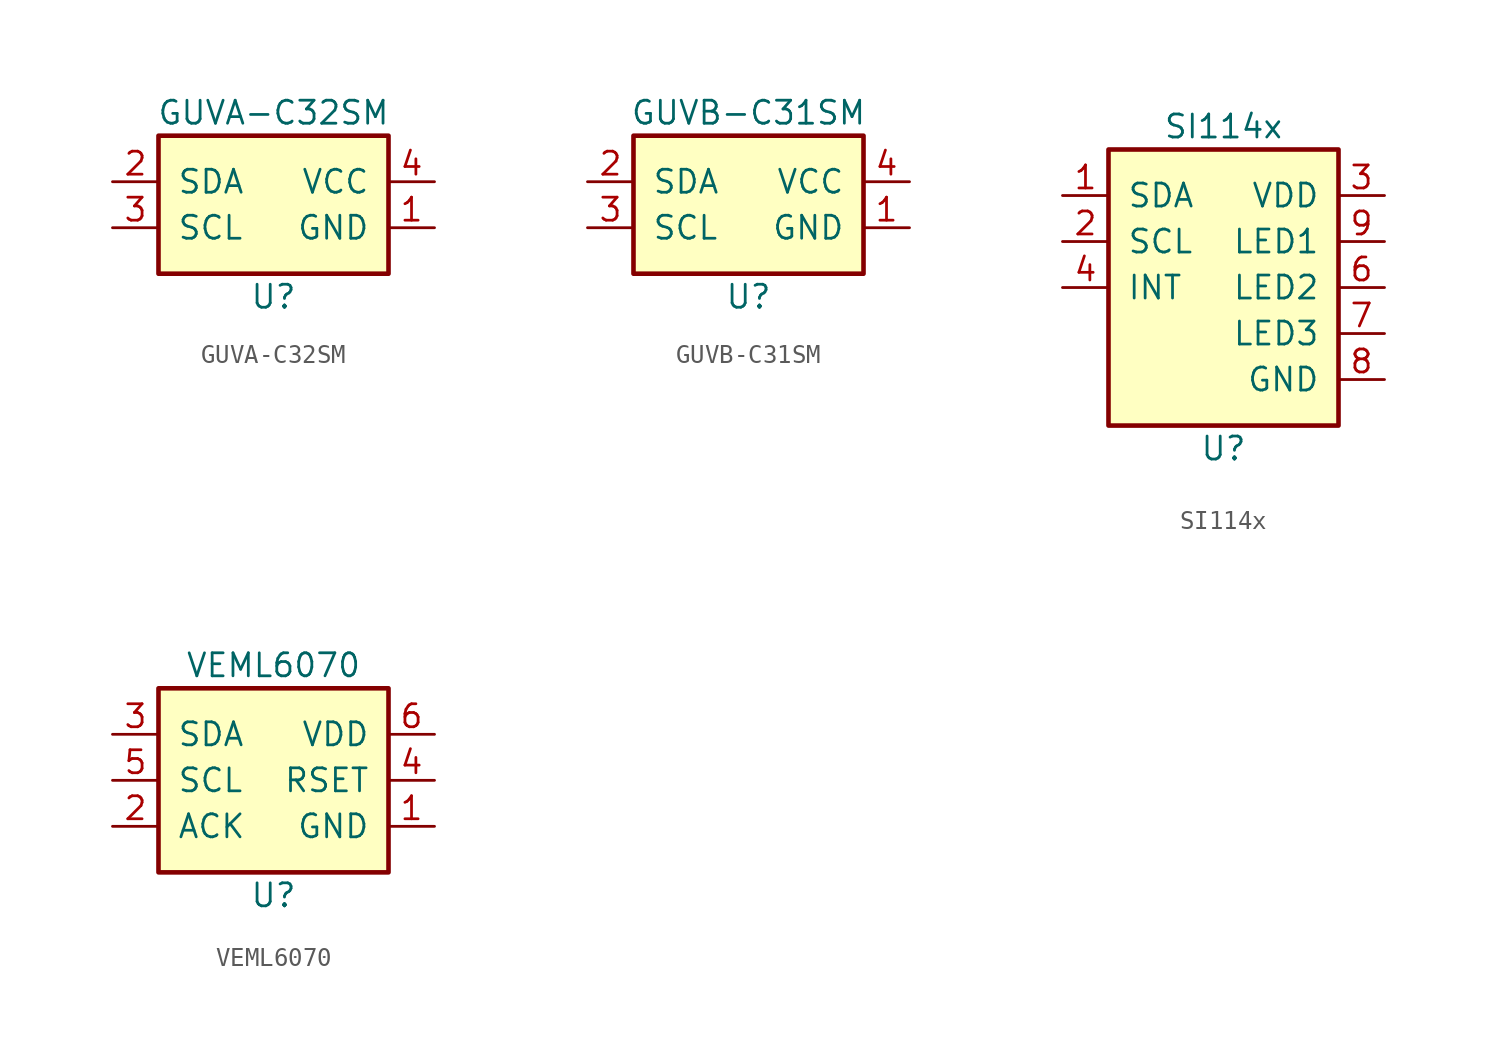
<source format=kicad_sym>
(kicad_symbol_lib
  (version 20211014)
  (generator kicad_symbol_editor)
  (symbol "GUVA-C32SM"
    (pin_names
      (offset 1.016))
    (property "Reference" "U"
      (at 0 -5.08 0)
      (effects (font (size 1.27 1.27))))
    (property "Value" "GUVA-C32SM"
      (at 0 5.08 0)
      (effects (font (size 1.27 1.27))))
    (symbol "GUVA-C32SM_0_1"
      (rectangle (start -6.35 3.81) (end 6.35 -3.81) (stroke (width 0.254) (type default) (color 0 0 0 0)) (fill (type background))))
    (symbol "GUVA-C32SM_1_1"
      (pin power_in line (at 8.89 -1.27 180) (length 2.54) (name "GND" (effects (font (size 1.27 1.27)))) (number "1" (effects (font (size 1.27 1.27)))))
      (pin bidirectional line (at -8.89 1.27 0) (length 2.54) (name "SDA" (effects (font (size 1.27 1.27)))) (number "2" (effects (font (size 1.27 1.27)))))
      (pin input line (at -8.89 -1.27 0) (length 2.54) (name "SCL" (effects (font (size 1.27 1.27)))) (number "3" (effects (font (size 1.27 1.27)))))
      (pin power_in line (at 8.89 1.27 180) (length 2.54) (name "VCC" (effects (font (size 1.27 1.27)))) (number "4" (effects (font (size 1.27 1.27)))))))
  (symbol "GUVB-C31SM"
    (pin_names
      (offset 1.016))
    (property "Reference" "U"
      (at 0 -5.08 0)
      (effects (font (size 1.27 1.27))))
    (property "Value" "GUVB-C31SM"
      (at 0 5.08 0)
      (effects (font (size 1.27 1.27))))
    (symbol "GUVB-C31SM_0_1"
      (rectangle (start -6.35 3.81) (end 6.35 -3.81) (stroke (width 0.254) (type default) (color 0 0 0 0)) (fill (type background))))
    (symbol "GUVB-C31SM_1_1"
      (pin power_in line (at 8.89 -1.27 180) (length 2.54) (name "GND" (effects (font (size 1.27 1.27)))) (number "1" (effects (font (size 1.27 1.27)))))
      (pin bidirectional line (at -8.89 1.27 0) (length 2.54) (name "SDA" (effects (font (size 1.27 1.27)))) (number "2" (effects (font (size 1.27 1.27)))))
      (pin input line (at -8.89 -1.27 0) (length 2.54) (name "SCL" (effects (font (size 1.27 1.27)))) (number "3" (effects (font (size 1.27 1.27)))))
      (pin power_in line (at 8.89 1.27 180) (length 2.54) (name "VCC" (effects (font (size 1.27 1.27)))) (number "4" (effects (font (size 1.27 1.27)))))))
  (symbol "SI114x"
    (pin_names
      (offset 1.016))
    (property "Reference" "U"
      (at 0 -12.7 0)
      (effects (font (size 1.27 1.27))))
    (property "Value" "SI114x"
      (at 0 5.08 0)
      (effects (font (size 1.27 1.27))))
    (symbol "SI114x_0_1"
      (rectangle (start -6.35 3.81) (end 6.35 -11.43) (stroke (width 0.254) (type default) (color 0 0 0 0)) (fill (type background))))
    (symbol "SI114x_1_1"
      (pin bidirectional line (at -8.89 1.27 0) (length 2.54) (name "SDA" (effects (font (size 1.27 1.27)))) (number "1" (effects (font (size 1.27 1.27)))))
      (pin no_connect line (at -6.35 -8.89 0) (length 2.54) hide (name "NC" (effects (font (size 1.27 1.27)))) (number "10" (effects (font (size 1.27 1.27)))))
      (pin input line (at -8.89 -1.27 0) (length 2.54) (name "SCL" (effects (font (size 1.27 1.27)))) (number "2" (effects (font (size 1.27 1.27)))))
      (pin power_in line (at 8.89 1.27 180) (length 2.54) (name "VDD" (effects (font (size 1.27 1.27)))) (number "3" (effects (font (size 1.27 1.27)))))
      (pin output line (at -8.89 -3.81 0) (length 2.54) (name "INT" (effects (font (size 1.27 1.27)))) (number "4" (effects (font (size 1.27 1.27)))))
      (pin no_connect line (at -6.35 -6.35 0) (length 2.54) hide (name "NC" (effects (font (size 1.27 1.27)))) (number "5" (effects (font (size 1.27 1.27)))))
      (pin open_collector line (at 8.89 -3.81 180) (length 2.54) (name "LED2" (effects (font (size 1.27 1.27)))) (number "6" (effects (font (size 1.27 1.27)))))
      (pin open_collector line (at 8.89 -6.35 180) (length 2.54) (name "LED3" (effects (font (size 1.27 1.27)))) (number "7" (effects (font (size 1.27 1.27)))))
      (pin power_in line (at 8.89 -8.89 180) (length 2.54) (name "GND" (effects (font (size 1.27 1.27)))) (number "8" (effects (font (size 1.27 1.27)))))
      (pin open_collector line (at 8.89 -1.27 180) (length 2.54) (name "LED1" (effects (font (size 1.27 1.27)))) (number "9" (effects (font (size 1.27 1.27)))))))
  (symbol "VEML6070"
    (pin_names
      (offset 1.016))
    (property "Reference" "U"
      (at 0 -7.62 0)
      (effects (font (size 1.27 1.27))))
    (property "Value" "VEML6070"
      (at 0 5.08 0)
      (effects (font (size 1.27 1.27))))
    (symbol "VEML6070_0_1"
      (rectangle (start -6.35 3.81) (end 6.35 -6.35) (stroke (width 0.254) (type default) (color 0 0 0 0)) (fill (type background))))
    (symbol "VEML6070_1_1"
      (pin power_in line (at 8.89 -3.81 180) (length 2.54) (name "GND" (effects (font (size 1.27 1.27)))) (number "1" (effects (font (size 1.27 1.27)))))
      (pin output line (at -8.89 -3.81 0) (length 2.54) (name "ACK" (effects (font (size 1.27 1.27)))) (number "2" (effects (font (size 1.27 1.27)))))
      (pin bidirectional line (at -8.89 1.27 0) (length 2.54) (name "SDA" (effects (font (size 1.27 1.27)))) (number "3" (effects (font (size 1.27 1.27)))))
      (pin passive line (at 8.89 -1.27 180) (length 2.54) (name "RSET" (effects (font (size 1.27 1.27)))) (number "4" (effects (font (size 1.27 1.27)))))
      (pin input line (at -8.89 -1.27 0) (length 2.54) (name "SCL" (effects (font (size 1.27 1.27)))) (number "5" (effects (font (size 1.27 1.27)))))
      (pin power_in line (at 8.89 1.27 180) (length 2.54) (name "VDD" (effects (font (size 1.27 1.27)))) (number "6" (effects (font (size 1.27 1.27))))))))
</source>
